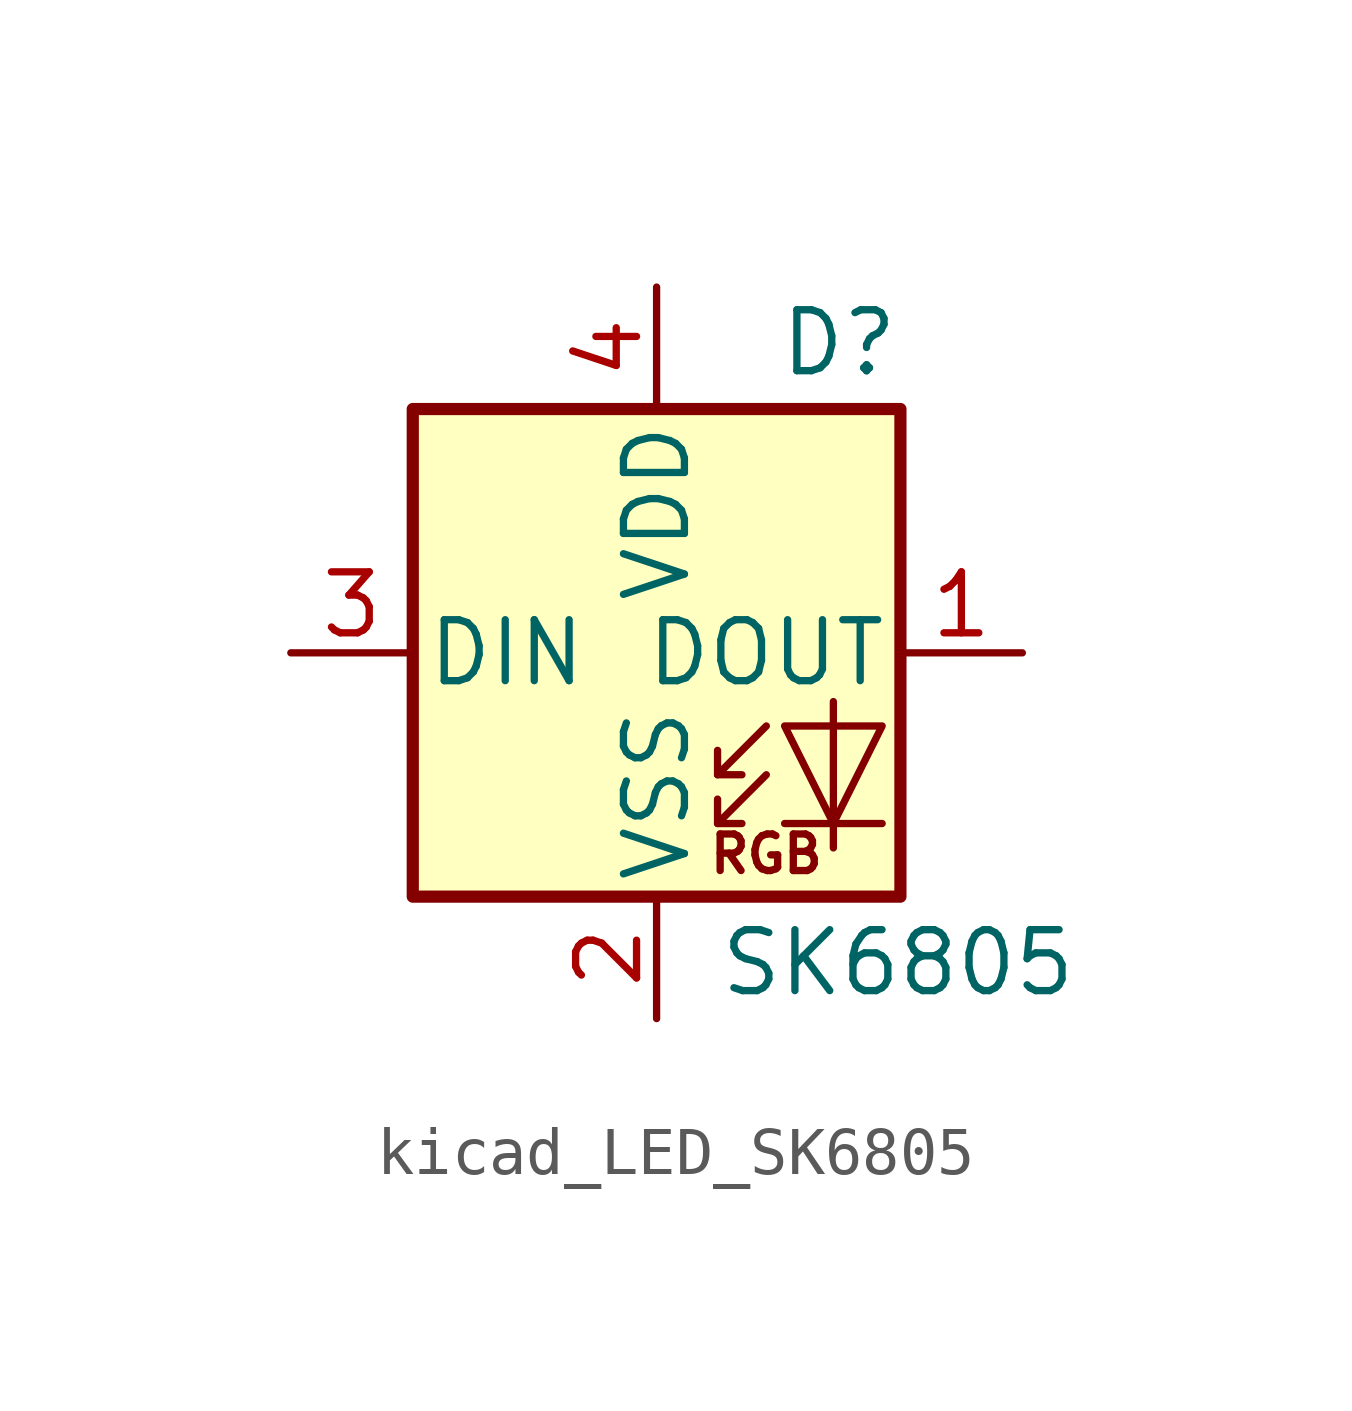
<source format=kicad_sym>
(kicad_symbol_lib
  (version 20220914)
  (generator kicad_symbol_editor)
  (symbol "kicad_LED_SK6805"
    (pin_names
      (offset 0.254))
    (property "Reference" "D"
      (at 5.08 5.715 0)
      (effects (font (size 1.27 1.27)) (justify right bottom)))
    (property "Value" "SK6805"
      (at 1.27 -5.715 0)
      (effects (font (size 1.27 1.27)) (justify left top)))
    (symbol "kicad_LED_SK6805_0_0"
      (text "RGB" (at 2.286 -4.191 0) (effects (font (size 0.762 0.762)))))
    (symbol "kicad_LED_SK6805_0_1"
      (polyline (pts (xy 1.27 -3.556) (xy 1.778 -3.556)) (stroke (width 0) (type default)) (fill (type none)))
      (polyline (pts (xy 1.27 -2.54) (xy 1.778 -2.54)) (stroke (width 0) (type default)) (fill (type none)))
      (polyline (pts (xy 4.699 -3.556) (xy 2.667 -3.556)) (stroke (width 0) (type default)) (fill (type none)))
      (polyline (pts (xy 2.286 -2.54) (xy 1.27 -3.556) (xy 1.27 -3.048)) (stroke (width 0) (type default)) (fill (type none)))
      (polyline (pts (xy 2.286 -1.524) (xy 1.27 -2.54) (xy 1.27 -2.032)) (stroke (width 0) (type default)) (fill (type none)))
      (polyline (pts (xy 3.683 -1.016) (xy 3.683 -3.556) (xy 3.683 -4.064)) (stroke (width 0) (type default)) (fill (type none)))
      (polyline (pts (xy 4.699 -1.524) (xy 2.667 -1.524) (xy 3.683 -3.556) (xy 4.699 -1.524)) (stroke (width 0) (type default)) (fill (type none)))
      (rectangle (start 5.08 5.08) (end -5.08 -5.08) (stroke (width 0.254) (type default)) (fill (type background))))
    (symbol "kicad_LED_SK6805_1_1"
      (pin output line (at 7.62 0 180) (length 2.54) (name "DOUT" (effects (font (size 1.27 1.27)))) (number "1" (effects (font (size 1.27 1.27)))))
      (pin power_in line (at 0 -7.62 90) (length 2.54) (name "VSS" (effects (font (size 1.27 1.27)))) (number "2" (effects (font (size 1.27 1.27)))))
      (pin input line (at -7.62 0 0) (length 2.54) (name "DIN" (effects (font (size 1.27 1.27)))) (number "3" (effects (font (size 1.27 1.27)))))
      (pin power_in line (at 0 7.62 270) (length 2.54) (name "VDD" (effects (font (size 1.27 1.27)))) (number "4" (effects (font (size 1.27 1.27))))))))
</source>
